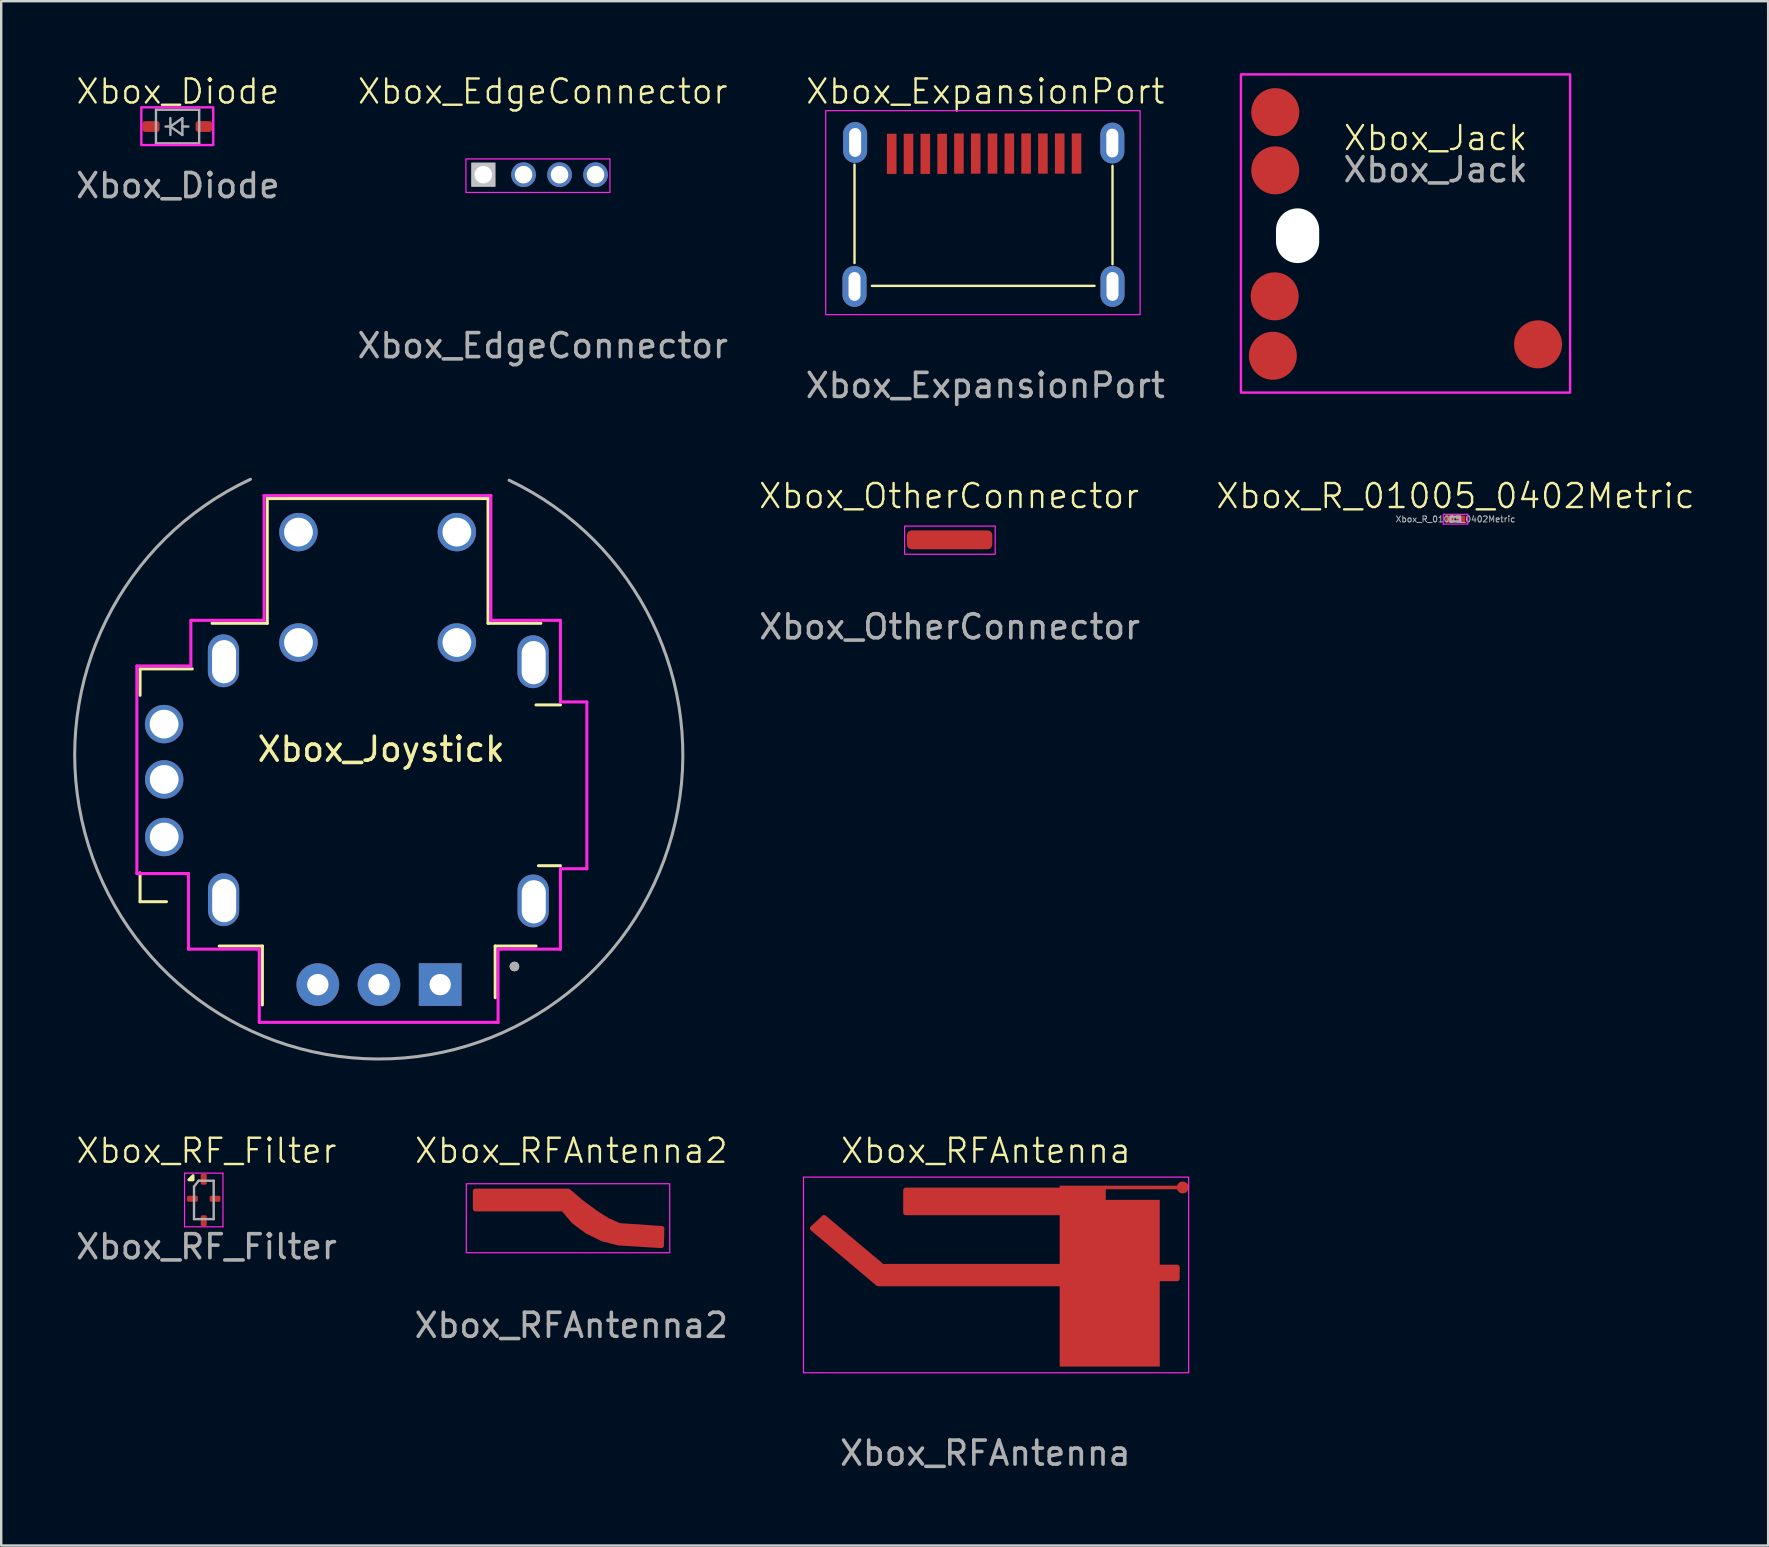
<source format=kicad_pcb>
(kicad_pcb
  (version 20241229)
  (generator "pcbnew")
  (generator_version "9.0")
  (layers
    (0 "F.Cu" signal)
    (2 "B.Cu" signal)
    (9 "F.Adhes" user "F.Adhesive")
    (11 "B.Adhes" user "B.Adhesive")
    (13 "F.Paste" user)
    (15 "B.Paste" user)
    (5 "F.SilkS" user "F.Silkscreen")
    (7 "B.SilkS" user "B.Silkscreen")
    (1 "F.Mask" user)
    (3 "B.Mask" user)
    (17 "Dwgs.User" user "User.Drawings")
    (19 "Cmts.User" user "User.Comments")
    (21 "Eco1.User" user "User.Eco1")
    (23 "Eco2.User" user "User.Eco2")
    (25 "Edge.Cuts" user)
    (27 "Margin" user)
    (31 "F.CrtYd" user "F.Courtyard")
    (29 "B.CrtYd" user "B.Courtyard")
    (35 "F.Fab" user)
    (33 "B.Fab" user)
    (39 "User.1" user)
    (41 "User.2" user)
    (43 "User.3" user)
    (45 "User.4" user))
  (footprint "Xbox_Diode"
    (layer "F.Cu")
    (at 4.363 2.183)
    (property "Reference" "Xbox_Diode" (at 0 -1.422 0) (unlocked yes) (layer "F.SilkS") (effects (font (size 1 1) (thickness 0.1))))
    (attr smd)
    (fp_rect (start -1.524 -0.762) (end 1.473 0.813) (stroke (width 0.1) (type default)) (fill no) (layer "F.CrtYd"))
    (fp_line (start -0.914 -0.66) (end 0.886 -0.66) (stroke (width 0.1) (type solid)) (layer "F.Fab"))
    (fp_line (start -0.914 0.74) (end -0.914 -0.66) (stroke (width 0.1) (type solid)) (layer "F.Fab"))
    (fp_line (start -0.314 -0.31) (end -0.314 0.39) (stroke (width 0.1) (type solid)) (layer "F.Fab"))
    (fp_line (start -0.314 0.04) (end -0.514 0.04) (stroke (width 0.1) (type solid)) (layer "F.Fab"))
    (fp_line (start -0.314 0.04) (end 0.186 -0.31) (stroke (width 0.1) (type solid)) (layer "F.Fab"))
    (fp_line (start 0.186 -0.31) (end 0.186 0.39) (stroke (width 0.1) (type solid)) (layer "F.Fab"))
    (fp_line (start 0.186 0.04) (end 0.436 0.04) (stroke (width 0.1) (type solid)) (layer "F.Fab"))
    (fp_line (start 0.186 0.39) (end -0.314 0.04) (stroke (width 0.1) (type solid)) (layer "F.Fab"))
    (fp_line (start 0.886 -0.66) (end 0.886 0.74) (stroke (width 0.1) (type solid)) (layer "F.Fab"))
    (fp_line (start 0.886 0.74) (end -0.914 0.74) (stroke (width 0.1) (type solid)) (layer "F.Fab"))
    (fp_text user "${REFERENCE}" (at 0 2.5 0) (unlocked yes) (layer "F.Fab") (effects (font (size 1 1) (thickness 0.15))))
    (pad "1" smd roundrect (at -1.119 0.04) (size 0.709 0.45) (layers "F.Cu" "F.Mask" "F.Paste") (roundrect_rratio 0.25))
    (pad "2" smd roundrect (at 1.079 0.04) (size 0.687 0.45) (layers "F.Cu" "F.Mask" "F.Paste") (roundrect_rratio 0.25)))
  (footprint "Xbox_RF_Filter"
    (layer "F.Cu")
    (at 5.554 46.9)
    (property "Reference" "Xbox_RF_Filter" (at 0 -2 0) (unlocked yes) (layer "F.SilkS") (effects (font (size 1 1) (thickness 0.1))))
    (attr smd)
    (fp_poly (pts (xy -0.559 -0.787) (xy -0.737 -0.787) (xy -0.559 -0.965) (xy -0.559 -0.787)) (stroke (width 0.12) (type solid)) (fill yes) (layer "F.SilkS"))
    (fp_line (start -0.914 -1.067) (end 0.686 -1.067) (stroke (width 0.05) (type solid)) (layer "F.CrtYd"))
    (fp_line (start -0.914 1.168) (end -0.914 -1.067) (stroke (width 0.05) (type solid)) (layer "F.CrtYd"))
    (fp_line (start 0.686 -1.067) (end 0.686 1.169) (stroke (width 0.05) (type solid)) (layer "F.CrtYd"))
    (fp_line (start 0.686 1.169) (end -0.914 1.168) (stroke (width 0.05) (type solid)) (layer "F.CrtYd"))
    (fp_line (start -0.52 -0.506) (end -0.52 0.85) (stroke (width 0.1) (type solid)) (layer "F.Fab"))
    (fp_line (start -0.52 -0.506) (end -0.33 -0.751) (stroke (width 0.1) (type default)) (layer "F.Fab"))
    (fp_line (start -0.52 0.85) (end 0.3 0.85) (stroke (width 0.1) (type solid)) (layer "F.Fab"))
    (fp_line (start 0.3 -0.75) (end -0.33 -0.751) (stroke (width 0.1) (type solid)) (layer "F.Fab"))
    (fp_line (start 0.3 0.85) (end 0.3 -0.75) (stroke (width 0.1) (type solid)) (layer "F.Fab"))
    (fp_text user "${REFERENCE}" (at 0 2 0) (unlocked yes) (layer "F.Fab") (effects (font (size 1 1) (thickness 0.15))))
    (pad "1" smd roundrect (at -0.115 -0.813 270) (size 0.45 0.25) (layers "F.Cu" "F.Mask" "F.Paste") (roundrect_rratio 0.25))
    (pad "2" smd roundrect (at -0.584 0) (size 0.45 0.25) (layers "F.Cu" "F.Mask" "F.Paste") (roundrect_rratio 0.25))
    (pad "3" smd roundrect (at -0.115 0.914 90) (size 0.45 0.25) (layers "F.Cu" "F.Mask" "F.Paste") (roundrect_rratio 0.25))
    (pad "4" smd roundrect (at 0.356 0) (size 0.45 0.25) (layers "F.Cu" "F.Mask" "F.Paste") (roundrect_rratio 0.25)))
  (footprint "Xbox_RFAntenna"
    (layer "F.Cu")
    (at 37.98 48.5)
    (property "Reference" "Xbox_RFAntenna" (at 0.05 -3.6 0) (unlocked yes) (layer "F.SilkS") (effects (font (size 1 1) (thickness 0.1))))
    (attr smd)
    (fp_rect (start -7.55 -2.5) (end 8.5 5.65) (stroke (width 0.05) (type default)) (fill no) (layer "F.CrtYd"))
    (fp_text user "${REFERENCE}" (at 0.025 9 0) (unlocked yes) (layer "F.Fab") (effects (font (size 1 1) (thickness 0.15))))
    (pad "1" smd circle (at 5.05 -2.071) (size 0.15 0.15) (layers "F.Cu"))
    (pad "1" smd custom (at 7.95 1.5) (size 0.35 0.35) (layers "F.Cu") (options (anchor circle)) (primitives (gr_poly (pts (xy -2.905 -3.055) (xy -0.655 -3.055) (xy -0.655 -0.355) (xy 0.075 -0.355) (xy 0.134 -0.336) (xy 0.17 -0.286) (xy 0.175 -0.255) (xy 0.175 0.235) (xy 0.156 0.294) (xy 0.106 0.33) (xy 0.075 0.335) (xy -0.655 0.335) (xy -0.655 3.895) (xy -4.825 3.895) (xy -4.825 0.545) (xy -12.395 0.545) (xy -12.417 0.538) (xy -12.44 0.534) (xy -12.452 0.527) (xy -12.454 0.526) (xy -12.455 0.525) (xy -12.459 0.521) (xy -15.199 -1.789) (xy -15.232 -1.841) (xy -15.228 -1.903) (xy -15.203 -1.938) (xy -14.713 -2.398) (xy -14.658 -2.424) (xy -14.597 -2.413) (xy -14.581 -2.402) (xy -12.211 -0.412) (xy -12.194 -0.385) (xy -4.825 -0.385) (xy -4.825 -2.42) (xy -4.855 -2.415) (xy -11.245 -2.415) (xy -11.304 -2.434) (xy -11.34 -2.484) (xy -11.345 -2.515) (xy -11.345 -3.465) (xy -11.326 -3.524) (xy -11.276 -3.56) (xy -11.245 -3.565) (xy -4.855 -3.565) (xy -4.825 -3.555) (xy -4.825 -3.645) (xy -2.905 -3.645)) (width 0) (fill yes))))
    (pad "2" smd custom (at 8.252 -2.071) (size 0.5 0.5) (layers "F.Cu") (options (anchor circle)) (primitives (gr_poly (pts (xy -3.2 -0.075) (xy -0.2 -0.075) (xy -0.2 0.075) (xy -3.2 0.075)) (width 0) (fill yes)))))
  (footprint "Xbox_R_01005_0402Metric"
    (layer "F.Cu")
    (at 57.598 18.584)
    (property "Reference" "Xbox_R_01005_0402Metric" (at 0 -0.965 0) (unlocked yes) (layer "F.SilkS") (effects (font (size 1 1) (thickness 0.1))))
    (attr smd)
    (fp_line (start -0.508 -0.203) (end 0.508 -0.203) (stroke (width 0.05) (type solid)) (layer "F.CrtYd"))
    (fp_line (start -0.508 0.203) (end -0.508 -0.203) (stroke (width 0.05) (type solid)) (layer "F.CrtYd"))
    (fp_line (start 0.508 -0.203) (end 0.508 0.203) (stroke (width 0.05) (type solid)) (layer "F.CrtYd"))
    (fp_line (start 0.508 0.203) (end -0.508 0.203) (stroke (width 0.05) (type solid)) (layer "F.CrtYd"))
    (fp_line (start -0.21 -0.105) (end 0.19 -0.105) (stroke (width 0.1) (type solid)) (layer "F.Fab"))
    (fp_line (start -0.21 0.095) (end -0.21 -0.105) (stroke (width 0.1) (type solid)) (layer "F.Fab"))
    (fp_line (start 0.19 -0.105) (end 0.19 0.095) (stroke (width 0.1) (type solid)) (layer "F.Fab"))
    (fp_line (start 0.19 0.095) (end -0.21 0.095) (stroke (width 0.1) (type solid)) (layer "F.Fab"))
    (fp_text user "${REFERENCE}" (at 0 0 0) (unlocked yes) (layer "F.Fab") (effects (font (size 0.25 0.25) (thickness 0.04))))
    (pad "" smd roundrect (at -0.285 -0.005) (size 0.27 0.27) (layers "F.Paste") (roundrect_rratio 0.25))
    (pad "" smd roundrect (at 0.265 -0.005) (size 0.27 0.27) (layers "F.Paste") (roundrect_rratio 0.25))
    (pad "1" smd roundrect (at -0.233 -0.005) (size 0.347 0.3) (layers "F.Cu" "F.Mask") (roundrect_rratio 0.25))
    (pad "2" smd roundrect (at 0.223 -0.004) (size 0.366 0.298) (layers "F.Cu" "F.Mask") (roundrect_rratio 0.25)))
  (footprint "Xbox_OtherConnector"
    (layer "F.Cu")
    (at 36.519 19.419)
    (property "Reference" "Xbox_OtherConnector" (at -0.025 -1.8 0) (unlocked yes) (layer "F.SilkS") (effects (font (size 1 1) (thickness 0.1))))
    (attr smd)
    (fp_rect (start -1.875 -0.55) (end 1.9 0.625) (stroke (width 0.05) (type default)) (fill no) (layer "F.CrtYd"))
    (fp_text user "${REFERENCE}" (at 0 3.65 0) (unlocked yes) (layer "F.Fab") (effects (font (size 1 1) (thickness 0.15))))
    (pad "1" smd roundrect (at 0 0.025) (size 3.553 0.787) (layers "F.Cu" "F.Mask" "F.Paste") (roundrect_rratio 0.25)))
  (footprint "Xbox_Joystick"
    (layer "F.Cu")
    (at 13.303 27.899)
    (property "Reference" "Xbox_Joystick" (at -0.47 0.27 0) (layer "F.SilkS") (effects (font (size 1 1) (thickness 0.15))))
    (attr through_hole)
    (fp_line (start -10.517 -3.077) (end -8.342 -3.077) (stroke (width 0.127) (type solid)) (layer "F.SilkS"))
    (fp_line (start -10.517 -1.977) (end -10.517 -3.077) (stroke (width 0.127) (type solid)) (layer "F.SilkS"))
    (fp_line (start -10.517 5.423) (end -10.517 6.623) (stroke (width 0.127) (type solid)) (layer "F.SilkS"))
    (fp_line (start -9.417 6.623) (end -10.517 6.623) (stroke (width 0.127) (type solid)) (layer "F.SilkS"))
    (fp_line (start -7.517 -4.977) (end -5.217 -4.977) (stroke (width 0.127) (type solid)) (layer "F.SilkS"))
    (fp_line (start -5.42 8.47) (end -7.217 8.47) (stroke (width 0.127) (type solid)) (layer "F.SilkS"))
    (fp_line (start -5.42 10.923) (end -5.42 8.47) (stroke (width 0.127) (type solid)) (layer "F.SilkS"))
    (fp_line (start -5.217 -10.177) (end 3.983 -10.177) (stroke (width 0.127) (type solid)) (layer "F.SilkS"))
    (fp_line (start -5.217 -4.977) (end -5.217 -10.177) (stroke (width 0.127) (type solid)) (layer "F.SilkS"))
    (fp_line (start 3.983 -10.177) (end 3.983 -4.977) (stroke (width 0.127) (type solid)) (layer "F.SilkS"))
    (fp_line (start 3.983 -4.977) (end 6.183 -4.977) (stroke (width 0.127) (type solid)) (layer "F.SilkS"))
    (fp_line (start 4.28 8.47) (end 4.283 10.623) (stroke (width 0.127) (type solid)) (layer "F.SilkS"))
    (fp_line (start 5.983 -1.577) (end 7 -1.577) (stroke (width 0.127) (type solid)) (layer "F.SilkS"))
    (fp_line (start 5.983 8.47) (end 4.28 8.47) (stroke (width 0.127) (type solid)) (layer "F.SilkS"))
    (fp_line (start 7 5.123) (end 6.083 5.123) (stroke (width 0.127) (type solid)) (layer "F.SilkS"))
    (fp_circle (center 5.083 9.323) (end 5.183 9.323) (stroke (width 0.2) (type solid)) (fill no) (layer "F.SilkS"))
    (fp_line (start -10.65 -3.2) (end -10.65 5.45) (stroke (width 0.127) (type solid)) (layer "F.CrtYd"))
    (fp_line (start -8.5 5.45) (end -10.65 5.45) (stroke (width 0.127) (type solid)) (layer "F.CrtYd"))
    (fp_line (start -8.5 5.45) (end -8.5 8.6) (stroke (width 0.127) (type solid)) (layer "F.CrtYd"))
    (fp_line (start -8.4 -3.2) (end -10.65 -3.2) (stroke (width 0.127) (type solid)) (layer "F.CrtYd"))
    (fp_line (start -8.4 -3.2) (end -8.4 -5.1) (stroke (width 0.127) (type solid)) (layer "F.CrtYd"))
    (fp_line (start -5.55 8.6) (end -8.5 8.6) (stroke (width 0.127) (type solid)) (layer "F.CrtYd"))
    (fp_line (start -5.55 11.65) (end -5.55 8.6) (stroke (width 0.127) (type solid)) (layer "F.CrtYd"))
    (fp_line (start -5.35 -10.3) (end -5.35 -5.1) (stroke (width 0.127) (type solid)) (layer "F.CrtYd"))
    (fp_line (start -5.35 -5.1) (end -8.4 -5.1) (stroke (width 0.127) (type solid)) (layer "F.CrtYd"))
    (fp_line (start 4.1 -10.3) (end -5.35 -10.3) (stroke (width 0.127) (type solid)) (layer "F.CrtYd"))
    (fp_line (start 4.1 -10.3) (end 4.1 -5.1) (stroke (width 0.127) (type solid)) (layer "F.CrtYd"))
    (fp_line (start 4.4 8.6) (end 7 8.6) (stroke (width 0.127) (type solid)) (layer "F.CrtYd"))
    (fp_line (start 4.4 11.65) (end -5.55 11.65) (stroke (width 0.127) (type solid)) (layer "F.CrtYd"))
    (fp_line (start 4.4 11.65) (end 4.4 8.6) (stroke (width 0.127) (type solid)) (layer "F.CrtYd"))
    (fp_line (start 7 -5.1) (end 4.1 -5.1) (stroke (width 0.127) (type solid)) (layer "F.CrtYd"))
    (fp_line (start 7 -1.7) (end 7 -5.1) (stroke (width 0.127) (type solid)) (layer "F.CrtYd"))
    (fp_line (start 7 -1.7) (end 8.1 -1.7) (stroke (width 0.127) (type solid)) (layer "F.CrtYd"))
    (fp_line (start 7 5.25) (end 7 8.6) (stroke (width 0.127) (type solid)) (layer "F.CrtYd"))
    (fp_line (start 7 5.25) (end 8.1 5.25) (stroke (width 0.127) (type solid)) (layer "F.CrtYd"))
    (fp_line (start 8.1 -1.7) (end 8.1 5.25) (stroke (width 0.127) (type solid)) (layer "F.CrtYd"))
    (fp_arc (start 4.861124 -10.937729) (mid -0.616529 13.176912) (end -5.917493 -10.977184) (stroke (width 0.127) (type solid)) (layer "F.Fab"))
    (fp_circle (center 5.083 9.323) (end 5.183 9.323) (stroke (width 0.2) (type solid)) (fill no) (layer "F.Fab"))
    (pad "B1A" thru_hole circle (at -3.917 -8.777) (size 1.6 1.6) (drill 1.2) (layers "*.Cu" "*.Mask"))
    (pad "B1B" thru_hole circle (at 2.683 -8.777) (size 1.6 1.6) (drill 1.2) (layers "*.Cu" "*.Mask"))
    (pad "B2A" thru_hole circle (at -3.917 -4.177) (size 1.6 1.6) (drill 1.2) (layers "*.Cu" "*.Mask"))
    (pad "B2B" thru_hole circle (at 2.683 -4.177) (size 1.6 1.6) (drill 1.2) (layers "*.Cu" "*.Mask"))
    (pad "H1" thru_hole circle (at -3.11 10.078) (size 1.778 1.778) (drill 0.889) (layers "*.Cu" "*.Mask"))
    (pad "H2" thru_hole circle (at -0.562 10.078) (size 1.778 1.778) (drill 0.889) (layers "*.Cu" "*.Mask"))
    (pad "H3" thru_hole rect (at 1.988 10.078) (size 1.778 1.778) (drill 0.889) (layers "*.Cu" "*.Mask"))
    (pad "S1" thru_hole oval (at -7.017 -3.377) (size 1.3 2.2) (drill oval 1 1.8 (offset -0.025 -0.038)) (layers "*.Cu" "*.Mask"))
    (pad "S2" thru_hole oval (at -7.012 6.578) (size 1.3 2.2) (drill oval 1 1.8 (offset -0.025 -0.038)) (layers "*.Cu" "*.Mask"))
    (pad "S3" thru_hole oval (at 5.888 6.628) (size 1.3 2.2) (drill oval 1 1.8 (offset -0.025 -0.038)) (layers "*.Cu" "*.Mask"))
    (pad "S4" thru_hole oval (at 5.883 -3.338) (size 1.3 2.2) (drill oval 1 1.8 (offset -0.025 -0.038)) (layers "*.Cu" "*.Mask"))
    (pad "V1" thru_hole circle (at -9.517 -0.777) (size 1.6 1.6) (drill 1.2) (layers "*.Cu" "*.Mask"))
    (pad "V2" thru_hole circle (at -9.512 1.528) (size 1.6 1.6) (drill 1.2) (layers "*.Cu" "*.Mask"))
    (pad "V3" thru_hole circle (at -9.512 3.928) (size 1.6 1.6) (drill 1.2) (layers "*.Cu" "*.Mask")))
  (footprint "Xbox_EdgeConnector"
    (layer "F.Cu")
    (at 19.565 4.571)
    (property "Reference" "Xbox_EdgeConnector" (at 0 -3.81 0) (unlocked yes) (layer "F.SilkS") (effects (font (size 1 1) (thickness 0.1))))
    (attr through_hole)
    (fp_rect (start -3.2 -1) (end 2.8 0.4) (stroke (width 0.05) (type default)) (fill no) (layer "F.CrtYd"))
    (fp_text user "${REFERENCE}" (at 0 6.783 0) (unlocked yes) (layer "F.Fab") (effects (font (size 1 1) (thickness 0.15))))
    (pad "1" thru_hole rect (at -2.475 -0.342) (size 1 1) (drill 0.73) (layers "*.Cu" "*.Mask" "Dwgs.User"))
    (pad "2" thru_hole circle (at -0.8 -0.342) (size 1.03 1.03) (drill 0.73) (layers "*.Cu" "*.Mask"))
    (pad "3" thru_hole circle (at 0.7 -0.342) (size 1.03 1.03) (drill 0.73) (layers "*.Cu" "*.Mask"))
    (pad "4" thru_hole circle (at 2.2 -0.342) (size 1.03 1.03) (drill 0.73) (layers "*.Cu" "*.Mask")))
  (footprint "Xbox_RFAntenna2"
    (layer "F.Cu")
    (at 20.756 47.425)
    (property "Reference" "Xbox_RFAntenna2" (at 0 -2.525 0) (unlocked yes) (layer "F.SilkS") (effects (font (size 1 1) (thickness 0.1))))
    (attr smd)
    (fp_rect (start -4.375 -1.15) (end 4.1 1.725) (stroke (width 0.05) (type default)) (fill no) (layer "F.CrtYd"))
    (fp_text user "${REFERENCE}" (at 0 4.75 0) (unlocked yes) (layer "F.Fab") (effects (font (size 1 1) (thickness 0.15))))
    (pad "1" smd custom (at 3.625 1.05) (size 0.5 0.5) (layers "F.Cu") (options (anchor circle)) (primitives (gr_poly (pts (xy -3.699 -1.98) (xy -3.699 -1.979) (xy -3.695 -1.978) (xy -3.685 -1.971) (xy -3.116 -1.488) (xy -2.514 -1.048) (xy -2.071 -0.767) (xy -1.595 -0.558) (xy -0.28 -0.469) (xy -0.238 -0.469) (xy -0.216 -0.464) (xy 0.159 -0.439) (xy 0.216 -0.416) (xy 0.249 -0.363) (xy 0.252 -0.336) (xy 0.232 0.384) (xy 0.211 0.442) (xy 0.16 0.477) (xy 0.126 0.481) (xy -1.65 0.372) (xy -1.675 0.372) (xy -2.365 0.192) (xy -2.385 0.184) (xy -3.025 -0.136) (xy -3.04 -0.145) (xy -3.59 -0.555) (xy -3.606 -0.571) (xy -4.01 -1.049) (xy -7.628 -1.049) (xy -7.687 -1.068) (xy -7.723 -1.118) (xy -7.728 -1.149) (xy -7.728 -1.899) (xy -7.709 -1.958) (xy -7.659 -1.994) (xy -7.628 -1.999) (xy -3.758 -1.999)) (width 0) (fill yes)))))
  (footprint "Xbox_Jack"
    (layer "F.Cu")
    (at 55.668 7.772)
    (property "Reference" "Xbox_Jack" (at 1.1 -5.071 0) (unlocked yes) (layer "F.SilkS") (effects (font (size 1 1) (thickness 0.1))))
    (attr smd)
    (fp_rect (start -7.01 -7.722) (end 6.706 5.537) (stroke (width 0.1) (type default)) (fill no) (layer "F.CrtYd"))
    (fp_text user "${REFERENCE}" (at 1.1 -3.75 0) (unlocked yes) (layer "F.Fab") (effects (font (size 1 1) (thickness 0.15))))
    (pad "" np_thru_hole oval (at -4.65 -1 90) (size 2.28 1.8) (drill oval 2.28 1.8) (layers "*.Cu" "*.Mask"))
    (pad "PK1" smd circle (at -5.68 4.002) (size 2 2) (layers "F.Cu" "F.Mask"))
    (pad "PK2" smd circle (at -5.58 -3.724) (size 2 2) (layers "F.Cu" "F.Mask"))
    (pad "PK3" smd circle (at -5.58 -6.149) (size 2 2) (layers "F.Cu" "F.Mask"))
    (pad "PK4" smd circle (at 5.37 3.526) (size 2 2) (layers "F.Cu" "F.Mask"))
    (pad "PK6" smd circle (at -5.605 1.526) (size 2 2) (layers "F.Cu" "F.Mask")))
  (footprint "Xbox_ExpansionPort"
    (layer "F.Cu")
    (at 38.006 5.311)
    (property "Reference" "Xbox_ExpansionPort" (at 0 -4.55 0) (unlocked yes) (layer "F.SilkS") (effects (font (size 1 1) (thickness 0.1))))
    (attr through_hole)
    (fp_line (start -5.45 -1.5) (end -5.45 2.6) (stroke (width 0.1) (type default)) (layer "F.SilkS"))
    (fp_line (start -4.725 3.55) (end 4.55 3.55) (stroke (width 0.1) (type default)) (layer "F.SilkS"))
    (fp_line (start 5.3 -1.45) (end 5.3 2.65) (stroke (width 0.1) (type default)) (layer "F.SilkS"))
    (fp_rect (start -6.65 -3.75) (end 6.45 4.75) (stroke (width 0.05) (type default)) (fill no) (layer "F.CrtYd"))
    (fp_text user "${REFERENCE}" (at 0 7.7 0) (unlocked yes) (layer "F.Fab") (effects (font (size 1 1) (thickness 0.15))))
    (pad "1" thru_hole oval (at -5.45 3.575) (size 1 1.7) (drill oval 0.5 1.2) (layers "*.Cu" "*.Mask"))
    (pad "1" thru_hole oval (at -5.425 -2.425) (size 1 1.7) (drill oval 0.5 1.2) (layers "*.Cu" "*.Mask"))
    (pad "1" smd rect (at -3.9 -1.95) (size 0.4 1.675) (layers "F.Cu" "F.Mask" "F.Paste"))
    (pad "1" thru_hole oval (at 5.292 -2.401) (size 1 1.7) (drill oval 0.5 1.2) (layers "*.Cu" "*.Mask"))
    (pad "1" thru_hole oval (at 5.3 3.575) (size 1 1.7) (drill oval 0.5 1.2) (layers "*.Cu" "*.Mask"))
    (pad "2" smd rect (at -3.2 -1.95) (size 0.4 1.675) (layers "F.Cu" "F.Mask" "F.Paste"))
    (pad "3" smd rect (at -2.5 -1.95) (size 0.4 1.675) (layers "F.Cu" "F.Mask" "F.Paste"))
    (pad "4" smd rect (at -1.8 -1.95) (size 0.4 1.675) (layers "F.Cu" "F.Mask" "F.Paste"))
    (pad "5" smd rect (at -1.1 -1.962) (size 0.4 1.675) (layers "F.Cu" "F.Mask" "F.Paste"))
    (pad "6" smd rect (at -0.4 -1.962) (size 0.4 1.675) (layers "F.Cu" "F.Mask" "F.Paste"))
    (pad "7" smd rect (at 0.3 -1.962) (size 0.4 1.675) (layers "F.Cu" "F.Mask" "F.Paste"))
    (pad "8" smd rect (at 1 -1.962) (size 0.4 1.675) (layers "F.Cu" "F.Mask" "F.Paste"))
    (pad "9" smd rect (at 1.7 -1.962) (size 0.4 1.675) (layers "F.Cu" "F.Mask" "F.Paste"))
    (pad "10" smd rect (at 2.4 -1.962) (size 0.4 1.675) (layers "F.Cu" "F.Mask" "F.Paste"))
    (pad "11" smd rect (at 3.1 -1.962) (size 0.4 1.675) (layers "F.Cu" "F.Mask" "F.Paste"))
    (pad "12" smd rect (at 3.8 -1.962) (size 0.4 1.675) (layers "F.Cu" "F.Mask" "F.Paste")))
  (gr_rect
    (start -3 -3)
    (end 70.625 61.349)
    (stroke (width 0.1) (type default))
    (fill no)
    (layer "Edge.Cuts")))
</source>
